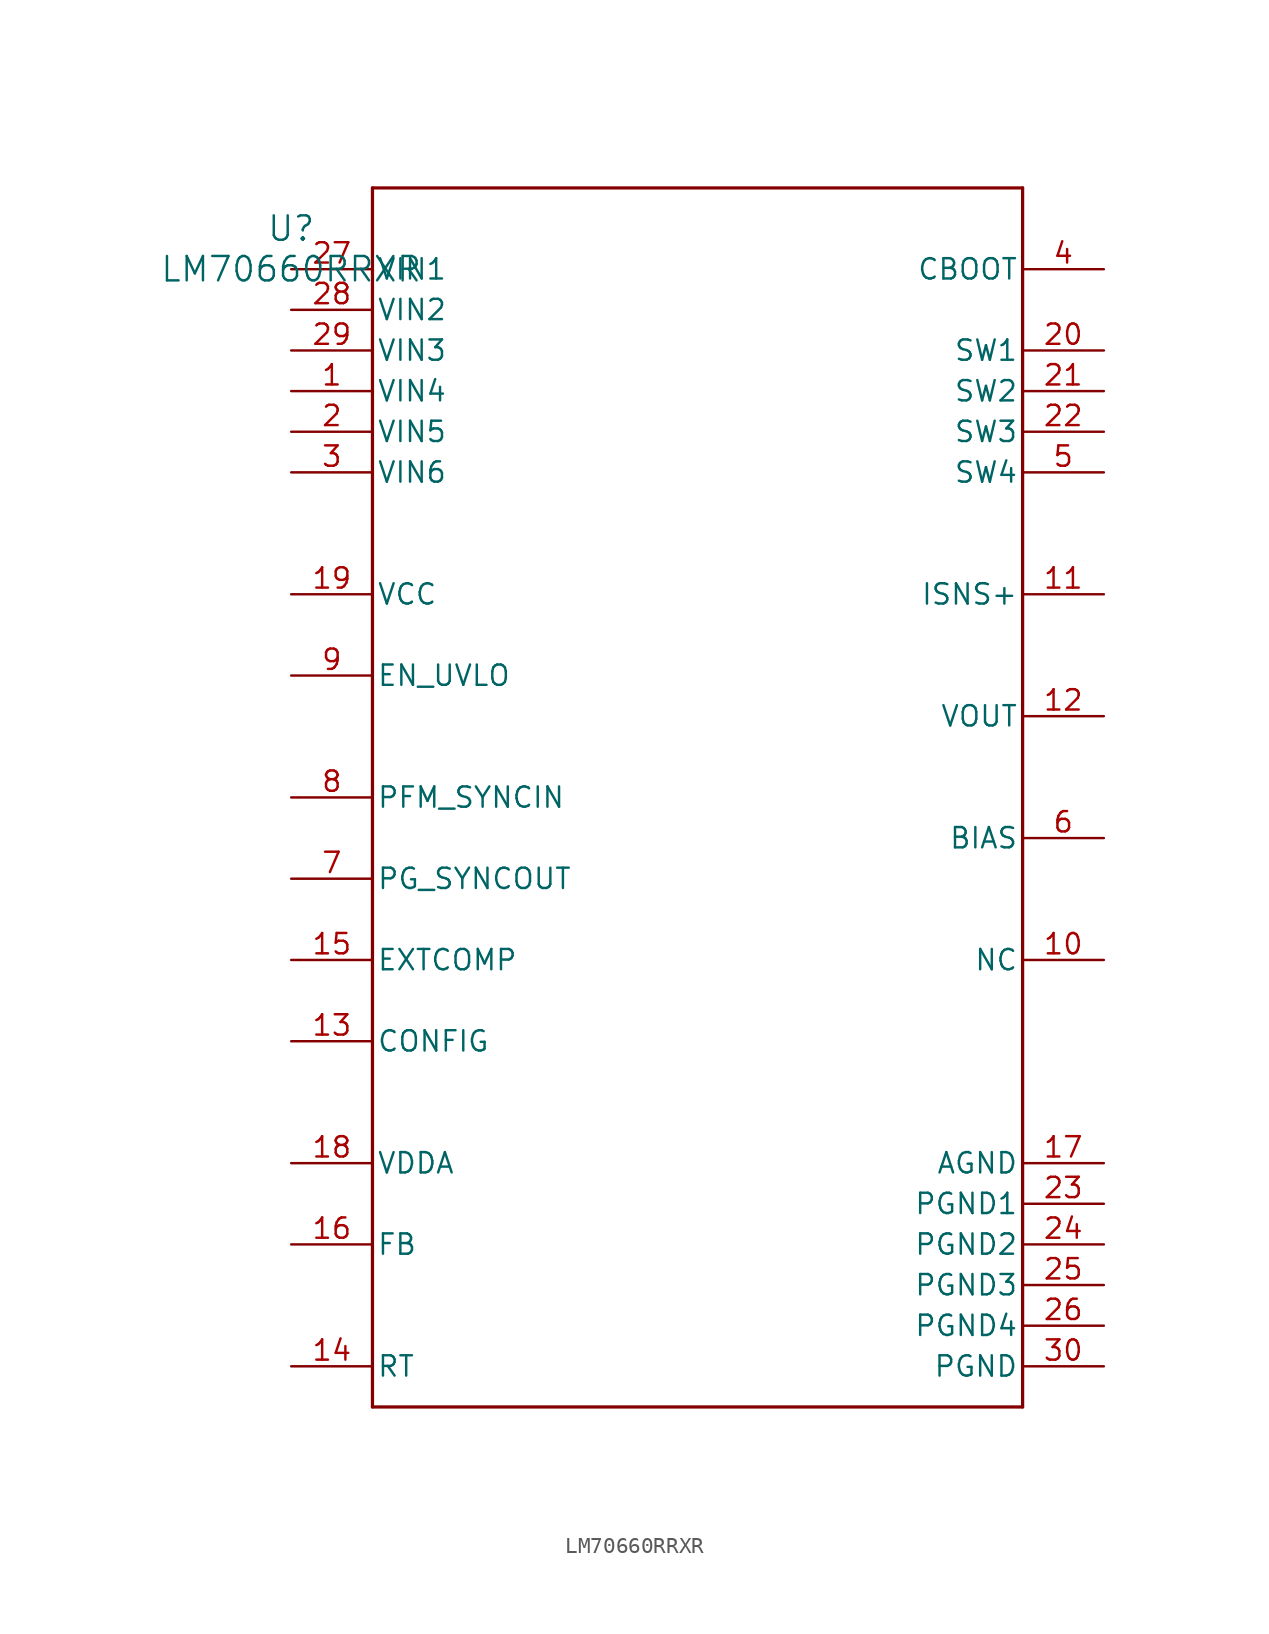
<source format=kicad_sym>
(kicad_symbol_lib
  (version 20211014)
  (generator kicad_symbol_editor)
  (symbol "LM70660RRXR"
    (pin_names
      (offset 0.254))
    (property "Reference" "U"
      (at 0 2.54 0)
      (effects (font (size 1.524 1.524))))
    (property "Value" "LM70660RRXR"
      (at 0 0 0)
      (effects (font (size 1.524 1.524))))
    (symbol "LM70660RRXR_0_1"
      (polyline (pts (xy 5.08 -71.12) (xy 45.72 -71.12)) (stroke (width 0.203) (type default) (color 0 0 0 0)) (fill (type none)))
      (polyline (pts (xy 45.72 -71.12) (xy 45.72 5.08)) (stroke (width 0.203) (type default) (color 0 0 0 0)) (fill (type none)))
      (polyline (pts (xy 45.72 5.08) (xy 5.08 5.08)) (stroke (width 0.203) (type default) (color 0 0 0 0)) (fill (type none)))
      (polyline (pts (xy 5.08 5.08) (xy 5.08 -71.12)) (stroke (width 0.203) (type default) (color 0 0 0 0)) (fill (type none)))
      (pin power_in line (at 0 -7.62 0) (length 5.08) (name "VIN4" (effects (font (size 1.27 1.27)))) (number "1" (effects (font (size 1.27 1.27)))))
      (pin power_in line (at 0 -10.16 0) (length 5.08) (name "VIN5" (effects (font (size 1.27 1.27)))) (number "2" (effects (font (size 1.27 1.27)))))
      (pin power_in line (at 0 -12.7 0) (length 5.08) (name "VIN6" (effects (font (size 1.27 1.27)))) (number "3" (effects (font (size 1.27 1.27)))))
      (pin unspecified line (at 50.8 0 180) (length 5.08) (name "CBOOT" (effects (font (size 1.27 1.27)))) (number "4" (effects (font (size 1.27 1.27)))))
      (pin unspecified line (at 50.8 -12.7 180) (length 5.08) (name "SW4" (effects (font (size 1.27 1.27)))) (number "5" (effects (font (size 1.27 1.27)))))
      (pin power_in line (at 50.8 -35.56 180) (length 5.08) (name "BIAS" (effects (font (size 1.27 1.27)))) (number "6" (effects (font (size 1.27 1.27)))))
      (pin open_collector line (at 0 -38.1 0) (length 5.08) (name "PG_SYNCOUT" (effects (font (size 1.27 1.27)))) (number "7" (effects (font (size 1.27 1.27)))))
      (pin input line (at 0 -33.02 0) (length 5.08) (name "PFM_SYNCIN" (effects (font (size 1.27 1.27)))) (number "8" (effects (font (size 1.27 1.27)))))
      (pin input line (at 0 -25.4 0) (length 5.08) (name "EN_UVLO" (effects (font (size 1.27 1.27)))) (number "9" (effects (font (size 1.27 1.27)))))
      (pin unspecified line (at 50.8 -43.18 180) (length 5.08) (name "NC" (effects (font (size 1.27 1.27)))) (number "10" (effects (font (size 1.27 1.27)))))
      (pin unspecified line (at 50.8 -20.32 180) (length 5.08) (name "ISNS+" (effects (font (size 1.27 1.27)))) (number "11" (effects (font (size 1.27 1.27)))))
      (pin unspecified line (at 50.8 -27.94 180) (length 5.08) (name "VOUT" (effects (font (size 1.27 1.27)))) (number "12" (effects (font (size 1.27 1.27)))))
      (pin unspecified line (at 0 -48.26 0) (length 5.08) (name "CONFIG" (effects (font (size 1.27 1.27)))) (number "13" (effects (font (size 1.27 1.27)))))
      (pin unspecified line (at 0 -68.58 0) (length 5.08) (name "RT" (effects (font (size 1.27 1.27)))) (number "14" (effects (font (size 1.27 1.27)))))
      (pin unspecified line (at 0 -43.18 0) (length 5.08) (name "EXTCOMP" (effects (font (size 1.27 1.27)))) (number "15" (effects (font (size 1.27 1.27)))))
      (pin unspecified line (at 0 -60.96 0) (length 5.08) (name "FB" (effects (font (size 1.27 1.27)))) (number "16" (effects (font (size 1.27 1.27)))))
      (pin power_in line (at 50.8 -55.88 180) (length 5.08) (name "AGND" (effects (font (size 1.27 1.27)))) (number "17" (effects (font (size 1.27 1.27)))))
      (pin power_in line (at 0 -55.88 0) (length 5.08) (name "VDDA" (effects (font (size 1.27 1.27)))) (number "18" (effects (font (size 1.27 1.27)))))
      (pin power_in line (at 0 -20.32 0) (length 5.08) (name "VCC" (effects (font (size 1.27 1.27)))) (number "19" (effects (font (size 1.27 1.27)))))
      (pin unspecified line (at 50.8 -5.08 180) (length 5.08) (name "SW1" (effects (font (size 1.27 1.27)))) (number "20" (effects (font (size 1.27 1.27)))))
      (pin unspecified line (at 50.8 -7.62 180) (length 5.08) (name "SW2" (effects (font (size 1.27 1.27)))) (number "21" (effects (font (size 1.27 1.27)))))
      (pin unspecified line (at 50.8 -10.16 180) (length 5.08) (name "SW3" (effects (font (size 1.27 1.27)))) (number "22" (effects (font (size 1.27 1.27)))))
      (pin power_in line (at 50.8 -58.42 180) (length 5.08) (name "PGND1" (effects (font (size 1.27 1.27)))) (number "23" (effects (font (size 1.27 1.27)))))
      (pin power_in line (at 50.8 -60.96 180) (length 5.08) (name "PGND2" (effects (font (size 1.27 1.27)))) (number "24" (effects (font (size 1.27 1.27)))))
      (pin power_in line (at 50.8 -63.5 180) (length 5.08) (name "PGND3" (effects (font (size 1.27 1.27)))) (number "25" (effects (font (size 1.27 1.27)))))
      (pin power_in line (at 50.8 -66.04 180) (length 5.08) (name "PGND4" (effects (font (size 1.27 1.27)))) (number "26" (effects (font (size 1.27 1.27)))))
      (pin power_in line (at 0 0 0) (length 5.08) (name "VIN1" (effects (font (size 1.27 1.27)))) (number "27" (effects (font (size 1.27 1.27)))))
      (pin power_in line (at 0 -2.54 0) (length 5.08) (name "VIN2" (effects (font (size 1.27 1.27)))) (number "28" (effects (font (size 1.27 1.27)))))
      (pin power_in line (at 0 -5.08 0) (length 5.08) (name "VIN3" (effects (font (size 1.27 1.27)))) (number "29" (effects (font (size 1.27 1.27)))))
      (pin power_in line (at 50.8 -68.58 180) (length 5.08) (name "PGND" (effects (font (size 1.27 1.27)))) (number "30" (effects (font (size 1.27 1.27))))))))
</source>
